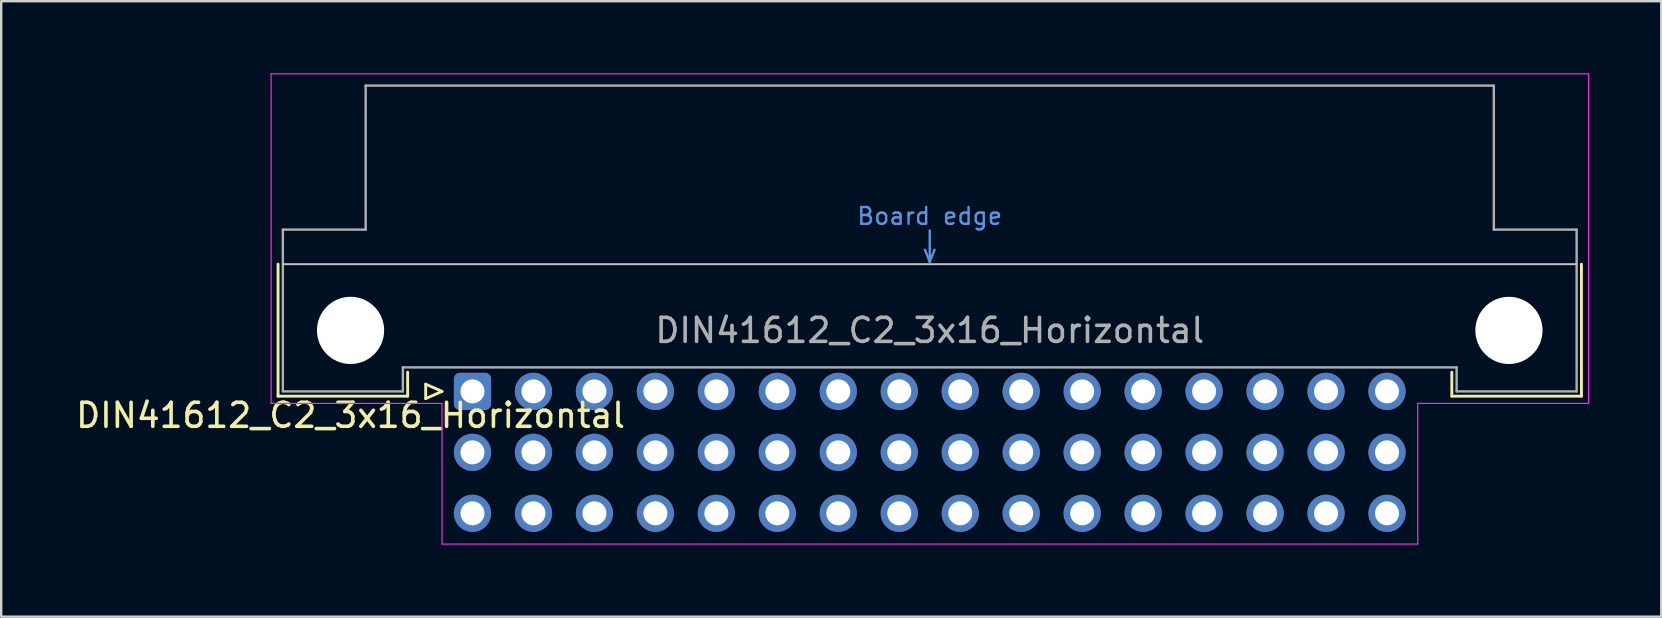
<source format=kicad_pcb>
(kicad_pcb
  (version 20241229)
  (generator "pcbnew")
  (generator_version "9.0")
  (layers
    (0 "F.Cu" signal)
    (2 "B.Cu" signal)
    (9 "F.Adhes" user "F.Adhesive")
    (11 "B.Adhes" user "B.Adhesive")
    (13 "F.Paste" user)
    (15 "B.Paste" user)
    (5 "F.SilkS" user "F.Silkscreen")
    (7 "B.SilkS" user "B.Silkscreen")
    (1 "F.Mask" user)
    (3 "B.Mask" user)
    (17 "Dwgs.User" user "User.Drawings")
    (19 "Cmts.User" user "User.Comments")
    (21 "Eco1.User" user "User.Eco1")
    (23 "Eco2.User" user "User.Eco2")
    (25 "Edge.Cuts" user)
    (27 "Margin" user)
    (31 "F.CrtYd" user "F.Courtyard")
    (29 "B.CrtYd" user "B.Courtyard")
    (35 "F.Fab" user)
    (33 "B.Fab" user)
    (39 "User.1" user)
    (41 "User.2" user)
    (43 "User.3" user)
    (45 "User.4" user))
  (footprint "DIN41612_C2_3x16_Horizontal"
    (layer "F.Cu")
    (at 16.634 13.255)
    (property "Reference" "DIN41612_C2_3x16_Horizontal" (at -5.08 1 0) (layer "F.SilkS") (effects (font (size 1 1) (thickness 0.15))))
    (attr through_hole)
    (fp_line (start -8.1 -5.3) (end -8.1 0.2) (stroke (width 0.12) (type solid)) (layer "F.SilkS"))
    (fp_line (start -8.1 0.2) (end -2.7 0.2) (stroke (width 0.12) (type solid)) (layer "F.SilkS"))
    (fp_line (start -2.7 0.2) (end -2.7 -0.8) (stroke (width 0.12) (type solid)) (layer "F.SilkS"))
    (fp_line (start -1.95 -0.3) (end -1.95 0.3) (stroke (width 0.12) (type solid)) (layer "F.SilkS"))
    (fp_line (start -1.95 0.3) (end -1.27 0) (stroke (width 0.12) (type solid)) (layer "F.SilkS"))
    (fp_line (start -1.27 0) (end -1.95 -0.3) (stroke (width 0.12) (type solid)) (layer "F.SilkS"))
    (fp_line (start 40.8 0.2) (end 40.8 -0.8) (stroke (width 0.12) (type solid)) (layer "F.SilkS"))
    (fp_line (start 46.2 -5.3) (end 46.2 0.2) (stroke (width 0.12) (type solid)) (layer "F.SilkS"))
    (fp_line (start 46.2 0.2) (end 40.8 0.2) (stroke (width 0.12) (type solid)) (layer "F.SilkS"))
    (fp_line (start -7.9 -5.3) (end 46 -5.3) (stroke (width 0.08) (type solid)) (layer "Dwgs.User"))
    (fp_line (start 18.85 -5.9) (end 19.05 -5.4) (stroke (width 0.1) (type solid)) (layer "Cmts.User"))
    (fp_line (start 19.05 -5.4) (end 19.05 -6.7) (stroke (width 0.1) (type solid)) (layer "Cmts.User"))
    (fp_line (start 19.05 -5.4) (end 19.25 -5.9) (stroke (width 0.1) (type solid)) (layer "Cmts.User"))
    (fp_line (start -8.39 -13.23) (end -8.39 0.5) (stroke (width 0.05) (type solid)) (layer "F.CrtYd"))
    (fp_line (start -8.39 0.5) (end -1.27 0.5) (stroke (width 0.05) (type solid)) (layer "F.CrtYd"))
    (fp_line (start -1.27 0.5) (end -1.27 6.36) (stroke (width 0.05) (type solid)) (layer "F.CrtYd"))
    (fp_line (start -1.27 6.36) (end 39.38 6.36) (stroke (width 0.05) (type solid)) (layer "F.CrtYd"))
    (fp_line (start 39.38 0.5) (end 46.5 0.5) (stroke (width 0.05) (type solid)) (layer "F.CrtYd"))
    (fp_line (start 39.38 6.36) (end 39.38 0.5) (stroke (width 0.05) (type solid)) (layer "F.CrtYd"))
    (fp_line (start 46.5 -13.23) (end -8.39 -13.23) (stroke (width 0.05) (type solid)) (layer "F.CrtYd"))
    (fp_line (start 46.5 0.5) (end 46.5 -13.23) (stroke (width 0.05) (type solid)) (layer "F.CrtYd"))
    (fp_line (start -7.9 -6.74) (end -7.9 0) (stroke (width 0.1) (type solid)) (layer "F.Fab"))
    (fp_line (start -7.9 0) (end -2.9 0) (stroke (width 0.1) (type solid)) (layer "F.Fab"))
    (fp_line (start -4.45 -12.74) (end -4.45 -6.74) (stroke (width 0.1) (type solid)) (layer "F.Fab"))
    (fp_line (start -4.45 -6.74) (end -7.9 -6.74) (stroke (width 0.1) (type solid)) (layer "F.Fab"))
    (fp_line (start -2.9 -1) (end 41 -1) (stroke (width 0.1) (type solid)) (layer "F.Fab"))
    (fp_line (start -2.9 0) (end -2.9 -1) (stroke (width 0.1) (type solid)) (layer "F.Fab"))
    (fp_line (start 41 -1) (end 41 0) (stroke (width 0.1) (type solid)) (layer "F.Fab"))
    (fp_line (start 41 0) (end 46 0) (stroke (width 0.1) (type solid)) (layer "F.Fab"))
    (fp_line (start 42.55 -12.74) (end -4.45 -12.74) (stroke (width 0.1) (type solid)) (layer "F.Fab"))
    (fp_line (start 42.55 -6.74) (end 42.55 -12.74) (stroke (width 0.1) (type solid)) (layer "F.Fab"))
    (fp_line (start 46 -6.74) (end 42.55 -6.74) (stroke (width 0.1) (type solid)) (layer "F.Fab"))
    (fp_line (start 46 0) (end 46 -6.74) (stroke (width 0.1) (type solid)) (layer "F.Fab"))
    (fp_text user "Board edge" (at 19.05 -7.3 0) (layer "Cmts.User") (effects (font (size 0.7 0.7) (thickness 0.1))))
    (fp_text user "${REFERENCE}" (at 19.05 -2.54 0) (layer "F.Fab") (effects (font (size 1 1) (thickness 0.15))))
    (pad "" np_thru_hole circle (at -5.08 -2.54) (size 2.8 2.8) (drill 2.8) (layers "*.Cu" "*.Mask"))
    (pad "" np_thru_hole circle (at 43.18 -2.54) (size 2.8 2.8) (drill 2.8) (layers "*.Cu" "*.Mask"))
    (pad "a1" thru_hole roundrect (at 0 0) (size 1.55 1.55) (drill 1) (layers "*.Cu" "*.Mask") (roundrect_rratio 0.161))
    (pad "a2" thru_hole circle (at 2.54 0) (size 1.55 1.55) (drill 1) (layers "*.Cu" "*.Mask"))
    (pad "a3" thru_hole circle (at 5.08 0) (size 1.55 1.55) (drill 1) (layers "*.Cu" "*.Mask"))
    (pad "a4" thru_hole circle (at 7.62 0) (size 1.55 1.55) (drill 1) (layers "*.Cu" "*.Mask"))
    (pad "a5" thru_hole circle (at 10.16 0) (size 1.55 1.55) (drill 1) (layers "*.Cu" "*.Mask"))
    (pad "a6" thru_hole circle (at 12.7 0) (size 1.55 1.55) (drill 1) (layers "*.Cu" "*.Mask"))
    (pad "a7" thru_hole circle (at 15.24 0) (size 1.55 1.55) (drill 1) (layers "*.Cu" "*.Mask"))
    (pad "a8" thru_hole circle (at 17.78 0) (size 1.55 1.55) (drill 1) (layers "*.Cu" "*.Mask"))
    (pad "a9" thru_hole circle (at 20.32 0) (size 1.55 1.55) (drill 1) (layers "*.Cu" "*.Mask"))
    (pad "a10" thru_hole circle (at 22.86 0) (size 1.55 1.55) (drill 1) (layers "*.Cu" "*.Mask"))
    (pad "a11" thru_hole circle (at 25.4 0) (size 1.55 1.55) (drill 1) (layers "*.Cu" "*.Mask"))
    (pad "a12" thru_hole circle (at 27.94 0) (size 1.55 1.55) (drill 1) (layers "*.Cu" "*.Mask"))
    (pad "a13" thru_hole circle (at 30.48 0) (size 1.55 1.55) (drill 1) (layers "*.Cu" "*.Mask"))
    (pad "a14" thru_hole circle (at 33.02 0) (size 1.55 1.55) (drill 1) (layers "*.Cu" "*.Mask"))
    (pad "a15" thru_hole circle (at 35.56 0) (size 1.55 1.55) (drill 1) (layers "*.Cu" "*.Mask"))
    (pad "a16" thru_hole circle (at 38.1 0) (size 1.55 1.55) (drill 1) (layers "*.Cu" "*.Mask"))
    (pad "b1" thru_hole circle (at 0 2.54) (size 1.55 1.55) (drill 1) (layers "*.Cu" "*.Mask"))
    (pad "b2" thru_hole circle (at 2.54 2.54) (size 1.55 1.55) (drill 1) (layers "*.Cu" "*.Mask"))
    (pad "b3" thru_hole circle (at 5.08 2.54) (size 1.55 1.55) (drill 1) (layers "*.Cu" "*.Mask"))
    (pad "b4" thru_hole circle (at 7.62 2.54) (size 1.55 1.55) (drill 1) (layers "*.Cu" "*.Mask"))
    (pad "b5" thru_hole circle (at 10.16 2.54) (size 1.55 1.55) (drill 1) (layers "*.Cu" "*.Mask"))
    (pad "b6" thru_hole circle (at 12.7 2.54) (size 1.55 1.55) (drill 1) (layers "*.Cu" "*.Mask"))
    (pad "b7" thru_hole circle (at 15.24 2.54) (size 1.55 1.55) (drill 1) (layers "*.Cu" "*.Mask"))
    (pad "b8" thru_hole circle (at 17.78 2.54) (size 1.55 1.55) (drill 1) (layers "*.Cu" "*.Mask"))
    (pad "b9" thru_hole circle (at 20.32 2.54) (size 1.55 1.55) (drill 1) (layers "*.Cu" "*.Mask"))
    (pad "b10" thru_hole circle (at 22.86 2.54) (size 1.55 1.55) (drill 1) (layers "*.Cu" "*.Mask"))
    (pad "b11" thru_hole circle (at 25.4 2.54) (size 1.55 1.55) (drill 1) (layers "*.Cu" "*.Mask"))
    (pad "b12" thru_hole circle (at 27.94 2.54) (size 1.55 1.55) (drill 1) (layers "*.Cu" "*.Mask"))
    (pad "b13" thru_hole circle (at 30.48 2.54) (size 1.55 1.55) (drill 1) (layers "*.Cu" "*.Mask"))
    (pad "b14" thru_hole circle (at 33.02 2.54) (size 1.55 1.55) (drill 1) (layers "*.Cu" "*.Mask"))
    (pad "b15" thru_hole circle (at 35.56 2.54) (size 1.55 1.55) (drill 1) (layers "*.Cu" "*.Mask"))
    (pad "b16" thru_hole circle (at 38.1 2.54) (size 1.55 1.55) (drill 1) (layers "*.Cu" "*.Mask"))
    (pad "c1" thru_hole circle (at 0 5.08) (size 1.55 1.55) (drill 1) (layers "*.Cu" "*.Mask"))
    (pad "c2" thru_hole circle (at 2.54 5.08) (size 1.55 1.55) (drill 1) (layers "*.Cu" "*.Mask"))
    (pad "c3" thru_hole circle (at 5.08 5.08) (size 1.55 1.55) (drill 1) (layers "*.Cu" "*.Mask"))
    (pad "c4" thru_hole circle (at 7.62 5.08) (size 1.55 1.55) (drill 1) (layers "*.Cu" "*.Mask"))
    (pad "c5" thru_hole circle (at 10.16 5.08) (size 1.55 1.55) (drill 1) (layers "*.Cu" "*.Mask"))
    (pad "c6" thru_hole circle (at 12.7 5.08) (size 1.55 1.55) (drill 1) (layers "*.Cu" "*.Mask"))
    (pad "c7" thru_hole circle (at 15.24 5.08) (size 1.55 1.55) (drill 1) (layers "*.Cu" "*.Mask"))
    (pad "c8" thru_hole circle (at 17.78 5.08) (size 1.55 1.55) (drill 1) (layers "*.Cu" "*.Mask"))
    (pad "c9" thru_hole circle (at 20.32 5.08) (size 1.55 1.55) (drill 1) (layers "*.Cu" "*.Mask"))
    (pad "c10" thru_hole circle (at 22.86 5.08) (size 1.55 1.55) (drill 1) (layers "*.Cu" "*.Mask"))
    (pad "c11" thru_hole circle (at 25.4 5.08) (size 1.55 1.55) (drill 1) (layers "*.Cu" "*.Mask"))
    (pad "c12" thru_hole circle (at 27.94 5.08) (size 1.55 1.55) (drill 1) (layers "*.Cu" "*.Mask"))
    (pad "c13" thru_hole circle (at 30.48 5.08) (size 1.55 1.55) (drill 1) (layers "*.Cu" "*.Mask"))
    (pad "c14" thru_hole circle (at 33.02 5.08) (size 1.55 1.55) (drill 1) (layers "*.Cu" "*.Mask"))
    (pad "c15" thru_hole circle (at 35.56 5.08) (size 1.55 1.55) (drill 1) (layers "*.Cu" "*.Mask"))
    (pad "c16" thru_hole circle (at 38.1 5.08) (size 1.55 1.55) (drill 1) (layers "*.Cu" "*.Mask")))
  (gr_rect
    (start -3 -3)
    (end 66.159 22.64)
    (stroke (width 0.1) (type default))
    (fill no)
    (layer "Edge.Cuts")))
</source>
